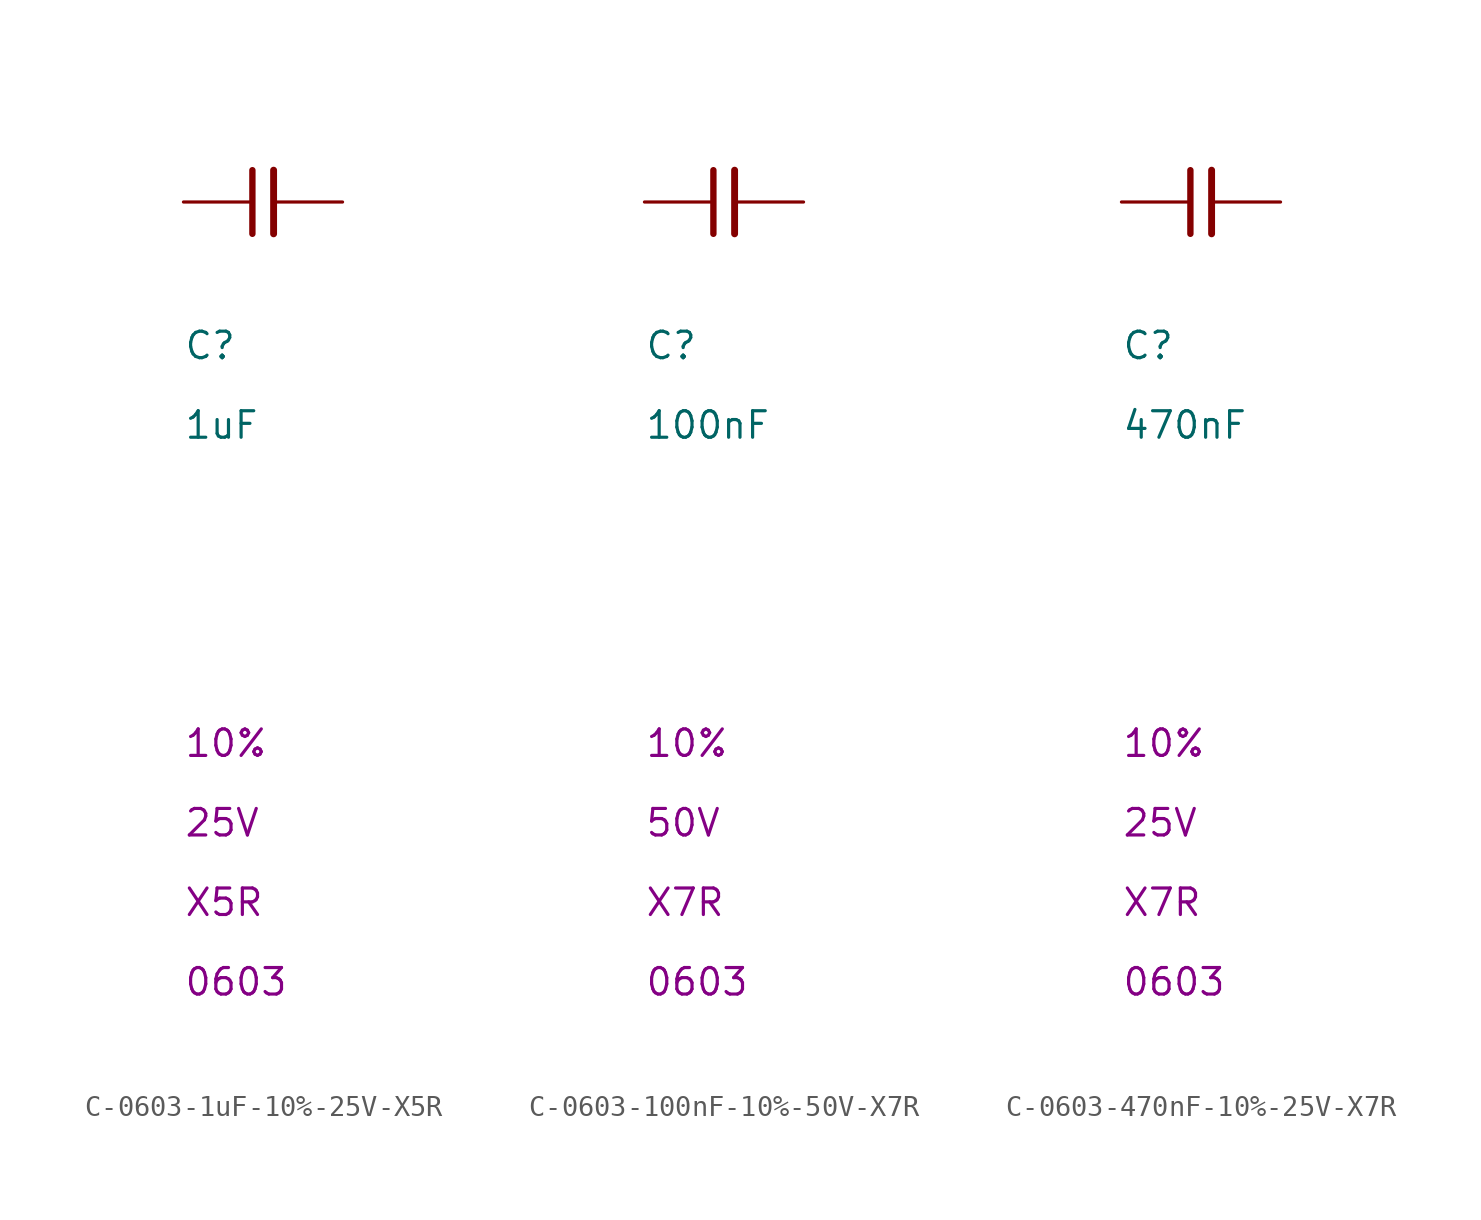
<source format=kicad_sym>
(kicad_symbol_lib
  (version 20241209)
  (generator "kicad_symbol_editor")
  (generator_version "9.0")
  (symbol "C-0603-1uF-10%-25V-X5R"
    (pin_numbers
      (hide yes))
    (pin_names
      (hide yes))
    (property "Reference" "C"
      (at 0 -7.62 0)
      (effects (font (size 1.27 1.27)) (justify left bottom)))
    (property "Value" "1uF"
      (at 0 -11.43 0)
      (effects (font (size 1.27 1.27)) (justify left bottom)))
    (property "Tolerance" "10%"
      (at 0 -26.67 0)
      (effects (font (size 1.27 1.27)) (justify left bottom)))
    (property "Voltage" "25V"
      (at 0 -30.48 0)
      (effects (font (size 1.27 1.27)) (justify left bottom)))
    (property "Dielectric" "X5R"
      (at 0 -34.29 0)
      (effects (font (size 1.27 1.27)) (justify left bottom)))
    (property "Case/Package" "0603"
      (at 0 -38.1 0)
      (effects (font (size 1.27 1.27)) (justify left bottom)))
    (symbol "C-0603-1uF-10%-25V-X5R_0_1"
      (polyline (pts (xy 3.302 -1.524) (xy 3.302 1.524)) (stroke (width 0.305) (type default)) (fill (type none)))
      (polyline (pts (xy 4.318 -1.524) (xy 4.318 1.524)) (stroke (width 0.33) (type default)) (fill (type none))))
    (symbol "C-0603-1uF-10%-25V-X5R_1_1"
      (pin passive line (at 0 0 0) (length 3.175) (name "1" (effects (font (size 1.27 1.27)))) (number "1" (effects (font (size 1.016 1.016)))))
      (pin passive line (at 7.62 0 180) (length 3.175) (name "2" (effects (font (size 1.27 1.27)))) (number "2" (effects (font (size 1.016 1.016)))))))
  (symbol "C-0603-100nF-10%-50V-X7R"
    (pin_numbers
      (hide yes))
    (pin_names
      (hide yes))
    (property "Reference" "C"
      (at 0 -7.62 0)
      (effects (font (size 1.27 1.27)) (justify left bottom)))
    (property "Value" "100nF"
      (at 0 -11.43 0)
      (effects (font (size 1.27 1.27)) (justify left bottom)))
    (property "Tolerance" "10%"
      (at 0 -26.67 0)
      (effects (font (size 1.27 1.27)) (justify left bottom)))
    (property "Voltage" "50V"
      (at 0 -30.48 0)
      (effects (font (size 1.27 1.27)) (justify left bottom)))
    (property "Dielectric" "X7R"
      (at 0 -34.29 0)
      (effects (font (size 1.27 1.27)) (justify left bottom)))
    (property "Case/Package" "0603"
      (at 0 -38.1 0)
      (effects (font (size 1.27 1.27)) (justify left bottom)))
    (symbol "C-0603-100nF-10%-50V-X7R_0_1"
      (polyline (pts (xy 3.302 -1.524) (xy 3.302 1.524)) (stroke (width 0.305) (type default)) (fill (type none)))
      (polyline (pts (xy 4.318 -1.524) (xy 4.318 1.524)) (stroke (width 0.33) (type default)) (fill (type none))))
    (symbol "C-0603-100nF-10%-50V-X7R_1_1"
      (pin passive line (at 0 0 0) (length 3.175) (name "1" (effects (font (size 1.27 1.27)))) (number "1" (effects (font (size 1.016 1.016)))))
      (pin passive line (at 7.62 0 180) (length 3.175) (name "2" (effects (font (size 1.27 1.27)))) (number "2" (effects (font (size 1.016 1.016)))))))
  (symbol "C-0603-470nF-10%-25V-X7R"
    (pin_numbers
      (hide yes))
    (pin_names
      (hide yes))
    (property "Reference" "C"
      (at 0 -7.62 0)
      (effects (font (size 1.27 1.27)) (justify left bottom)))
    (property "Value" "470nF"
      (at 0 -11.43 0)
      (effects (font (size 1.27 1.27)) (justify left bottom)))
    (property "Tolerance" "10%"
      (at 0 -26.67 0)
      (effects (font (size 1.27 1.27)) (justify left bottom)))
    (property "Voltage" "25V"
      (at 0 -30.48 0)
      (effects (font (size 1.27 1.27)) (justify left bottom)))
    (property "Dielectric" "X7R"
      (at 0 -34.29 0)
      (effects (font (size 1.27 1.27)) (justify left bottom)))
    (property "Case/Package" "0603"
      (at 0 -38.1 0)
      (effects (font (size 1.27 1.27)) (justify left bottom)))
    (symbol "C-0603-470nF-10%-25V-X7R_0_1"
      (polyline (pts (xy 3.302 -1.524) (xy 3.302 1.524)) (stroke (width 0.305) (type default)) (fill (type none)))
      (polyline (pts (xy 4.318 -1.524) (xy 4.318 1.524)) (stroke (width 0.33) (type default)) (fill (type none))))
    (symbol "C-0603-470nF-10%-25V-X7R_1_1"
      (pin passive line (at 0 0 0) (length 3.175) (name "1" (effects (font (size 1.27 1.27)))) (number "1" (effects (font (size 1.016 1.016)))))
      (pin passive line (at 7.62 0 180) (length 3.175) (name "2" (effects (font (size 1.27 1.27)))) (number "2" (effects (font (size 1.016 1.016))))))))
</source>
